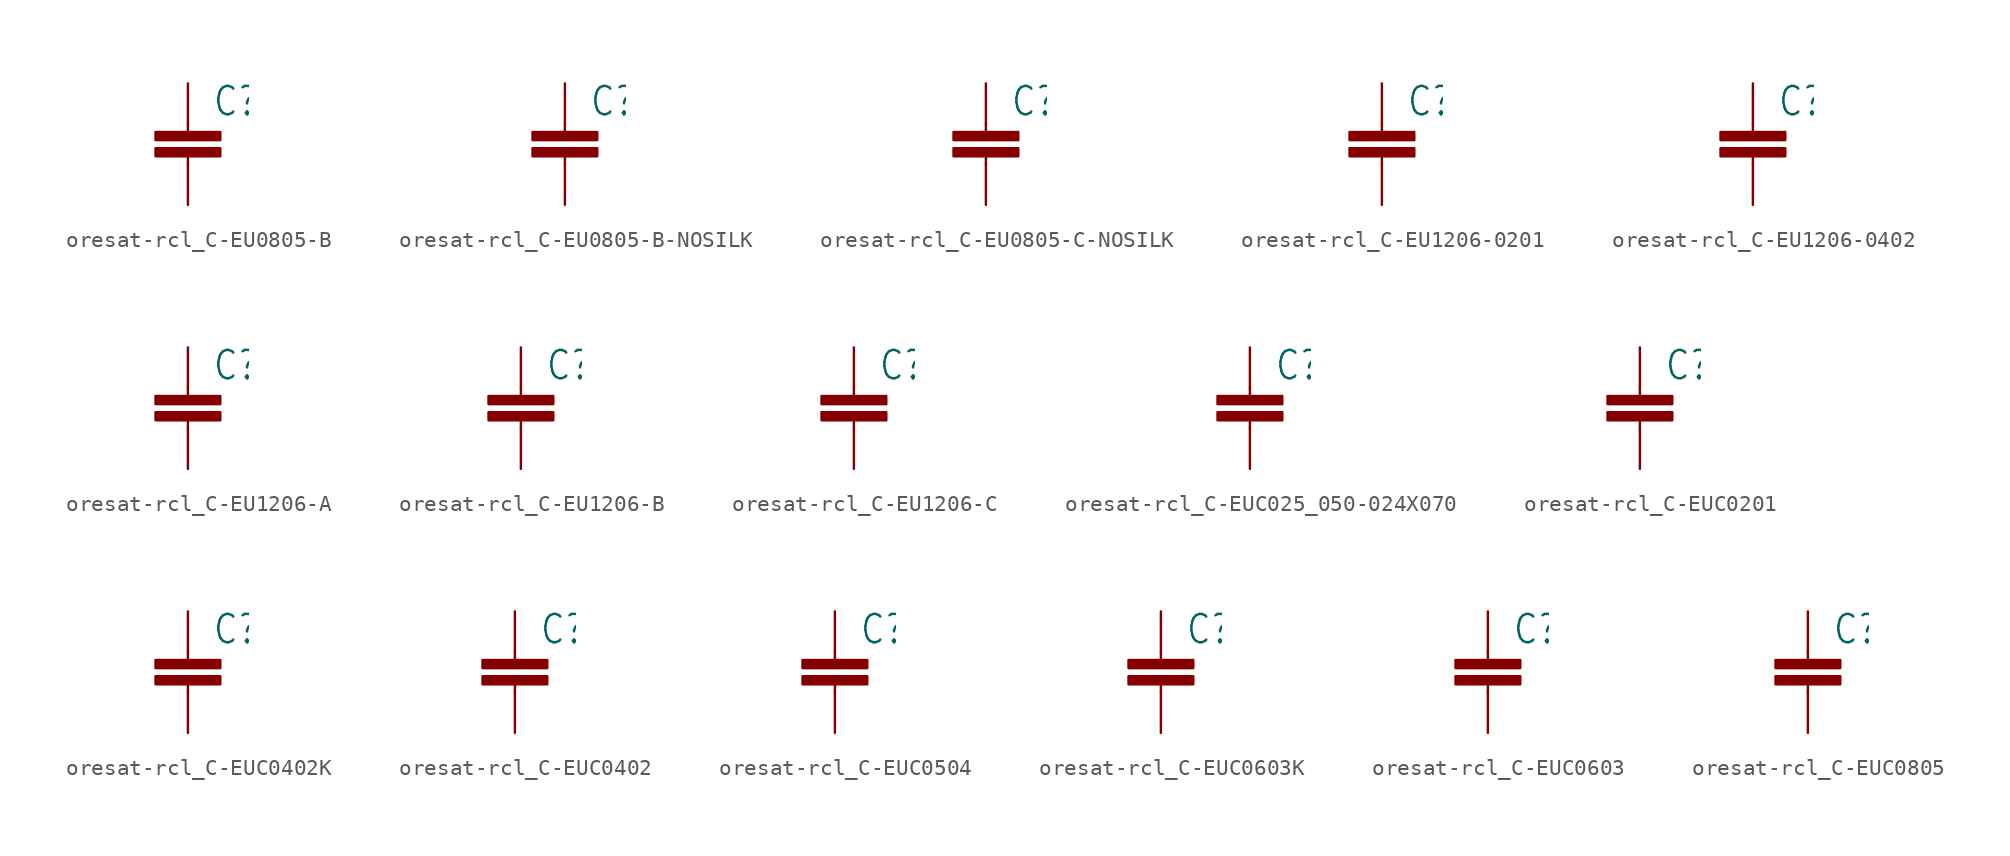
<source format=kicad_sym>
(kicad_symbol_lib
  (version 20220914)
  (generator kicad_symbol_editor)
  (symbol "oresat-rcl_C-EU0805-B"
    (property "Reference" "C"
      (at 1.524 0.381 0)
      (effects (font (size 1.778 1.511)) (justify left bottom)))
    (property "Value" ""
      (at 1.524 -4.699 0)
      (effects (font (size 1.778 1.511)) (justify left bottom)))
    (property "ki_locked" ""
      (at 0 0 0)
      (effects (font (size 1.27 1.27))))
    (symbol "oresat-rcl_C-EU0805-B_1_0"
      (rectangle (start -2.032 -2.032) (end 2.032 -1.524) (stroke (width 0) (type default)) (fill (type outline)))
      (rectangle (start -2.032 -1.016) (end 2.032 -0.508) (stroke (width 0) (type default)) (fill (type outline)))
      (polyline (pts (xy 0 -2.54) (xy 0 -2.032)) (stroke (width 0.152) (type solid)) (fill (type none)))
      (polyline (pts (xy 0 0) (xy 0 -0.508)) (stroke (width 0.152) (type solid)) (fill (type none)))
      (pin passive line (at 0 2.54 270) (length 2.54) (name "1" (effects (font (size 0 0)))) (number "1" (effects (font (size 0 0)))))
      (pin passive line (at 0 -5.08 90) (length 2.54) (name "2" (effects (font (size 0 0)))) (number "2" (effects (font (size 0 0)))))))
  (symbol "oresat-rcl_C-EU0805-B-NOSILK"
    (property "Reference" "C"
      (at 1.524 0.381 0)
      (effects (font (size 1.778 1.511)) (justify left bottom)))
    (property "Value" ""
      (at 1.524 -4.699 0)
      (effects (font (size 1.778 1.511)) (justify left bottom)))
    (property "ki_locked" ""
      (at 0 0 0)
      (effects (font (size 1.27 1.27))))
    (symbol "oresat-rcl_C-EU0805-B-NOSILK_1_0"
      (rectangle (start -2.032 -2.032) (end 2.032 -1.524) (stroke (width 0) (type default)) (fill (type outline)))
      (rectangle (start -2.032 -1.016) (end 2.032 -0.508) (stroke (width 0) (type default)) (fill (type outline)))
      (polyline (pts (xy 0 -2.54) (xy 0 -2.032)) (stroke (width 0.152) (type solid)) (fill (type none)))
      (polyline (pts (xy 0 0) (xy 0 -0.508)) (stroke (width 0.152) (type solid)) (fill (type none)))
      (pin passive line (at 0 2.54 270) (length 2.54) (name "1" (effects (font (size 0 0)))) (number "1" (effects (font (size 0 0)))))
      (pin passive line (at 0 -5.08 90) (length 2.54) (name "2" (effects (font (size 0 0)))) (number "2" (effects (font (size 0 0)))))))
  (symbol "oresat-rcl_C-EU0805-C-NOSILK"
    (property "Reference" "C"
      (at 1.524 0.381 0)
      (effects (font (size 1.778 1.511)) (justify left bottom)))
    (property "Value" ""
      (at 1.524 -4.699 0)
      (effects (font (size 1.778 1.511)) (justify left bottom)))
    (property "ki_locked" ""
      (at 0 0 0)
      (effects (font (size 1.27 1.27))))
    (symbol "oresat-rcl_C-EU0805-C-NOSILK_1_0"
      (rectangle (start -2.032 -2.032) (end 2.032 -1.524) (stroke (width 0) (type default)) (fill (type outline)))
      (rectangle (start -2.032 -1.016) (end 2.032 -0.508) (stroke (width 0) (type default)) (fill (type outline)))
      (polyline (pts (xy 0 -2.54) (xy 0 -2.032)) (stroke (width 0.152) (type solid)) (fill (type none)))
      (polyline (pts (xy 0 0) (xy 0 -0.508)) (stroke (width 0.152) (type solid)) (fill (type none)))
      (pin passive line (at 0 2.54 270) (length 2.54) (name "1" (effects (font (size 0 0)))) (number "1" (effects (font (size 0 0)))))
      (pin passive line (at 0 -5.08 90) (length 2.54) (name "2" (effects (font (size 0 0)))) (number "2" (effects (font (size 0 0)))))))
  (symbol "oresat-rcl_C-EU1206-0201"
    (property "Reference" "C"
      (at 1.524 0.381 0)
      (effects (font (size 1.778 1.511)) (justify left bottom)))
    (property "Value" ""
      (at 1.524 -4.699 0)
      (effects (font (size 1.778 1.511)) (justify left bottom)))
    (property "ki_locked" ""
      (at 0 0 0)
      (effects (font (size 1.27 1.27))))
    (symbol "oresat-rcl_C-EU1206-0201_1_0"
      (rectangle (start -2.032 -2.032) (end 2.032 -1.524) (stroke (width 0) (type default)) (fill (type outline)))
      (rectangle (start -2.032 -1.016) (end 2.032 -0.508) (stroke (width 0) (type default)) (fill (type outline)))
      (polyline (pts (xy 0 -2.54) (xy 0 -2.032)) (stroke (width 0.152) (type solid)) (fill (type none)))
      (polyline (pts (xy 0 0) (xy 0 -0.508)) (stroke (width 0.152) (type solid)) (fill (type none)))
      (pin passive line (at 0 2.54 270) (length 2.54) (name "1" (effects (font (size 0 0)))) (number "1" (effects (font (size 0 0)))))
      (pin passive line (at 0 -5.08 90) (length 2.54) (name "2" (effects (font (size 0 0)))) (number "2" (effects (font (size 0 0)))))))
  (symbol "oresat-rcl_C-EU1206-0402"
    (property "Reference" "C"
      (at 1.524 0.381 0)
      (effects (font (size 1.778 1.511)) (justify left bottom)))
    (property "Value" ""
      (at 1.524 -4.699 0)
      (effects (font (size 1.778 1.511)) (justify left bottom)))
    (property "ki_locked" ""
      (at 0 0 0)
      (effects (font (size 1.27 1.27))))
    (symbol "oresat-rcl_C-EU1206-0402_1_0"
      (rectangle (start -2.032 -2.032) (end 2.032 -1.524) (stroke (width 0) (type default)) (fill (type outline)))
      (rectangle (start -2.032 -1.016) (end 2.032 -0.508) (stroke (width 0) (type default)) (fill (type outline)))
      (polyline (pts (xy 0 -2.54) (xy 0 -2.032)) (stroke (width 0.152) (type solid)) (fill (type none)))
      (polyline (pts (xy 0 0) (xy 0 -0.508)) (stroke (width 0.152) (type solid)) (fill (type none)))
      (pin passive line (at 0 2.54 270) (length 2.54) (name "1" (effects (font (size 0 0)))) (number "1" (effects (font (size 0 0)))))
      (pin passive line (at 0 -5.08 90) (length 2.54) (name "2" (effects (font (size 0 0)))) (number "2" (effects (font (size 0 0)))))))
  (symbol "oresat-rcl_C-EU1206-A"
    (property "Reference" "C"
      (at 1.524 0.381 0)
      (effects (font (size 1.778 1.511)) (justify left bottom)))
    (property "Value" ""
      (at 1.524 -4.699 0)
      (effects (font (size 1.778 1.511)) (justify left bottom)))
    (property "ki_locked" ""
      (at 0 0 0)
      (effects (font (size 1.27 1.27))))
    (symbol "oresat-rcl_C-EU1206-A_1_0"
      (rectangle (start -2.032 -2.032) (end 2.032 -1.524) (stroke (width 0) (type default)) (fill (type outline)))
      (rectangle (start -2.032 -1.016) (end 2.032 -0.508) (stroke (width 0) (type default)) (fill (type outline)))
      (polyline (pts (xy 0 -2.54) (xy 0 -2.032)) (stroke (width 0.152) (type solid)) (fill (type none)))
      (polyline (pts (xy 0 0) (xy 0 -0.508)) (stroke (width 0.152) (type solid)) (fill (type none)))
      (pin passive line (at 0 2.54 270) (length 2.54) (name "1" (effects (font (size 0 0)))) (number "1" (effects (font (size 0 0)))))
      (pin passive line (at 0 -5.08 90) (length 2.54) (name "2" (effects (font (size 0 0)))) (number "2" (effects (font (size 0 0)))))))
  (symbol "oresat-rcl_C-EU1206-B"
    (property "Reference" "C"
      (at 1.524 0.381 0)
      (effects (font (size 1.778 1.511)) (justify left bottom)))
    (property "Value" ""
      (at 1.524 -4.699 0)
      (effects (font (size 1.778 1.511)) (justify left bottom)))
    (property "ki_locked" ""
      (at 0 0 0)
      (effects (font (size 1.27 1.27))))
    (symbol "oresat-rcl_C-EU1206-B_1_0"
      (rectangle (start -2.032 -2.032) (end 2.032 -1.524) (stroke (width 0) (type default)) (fill (type outline)))
      (rectangle (start -2.032 -1.016) (end 2.032 -0.508) (stroke (width 0) (type default)) (fill (type outline)))
      (polyline (pts (xy 0 -2.54) (xy 0 -2.032)) (stroke (width 0.152) (type solid)) (fill (type none)))
      (polyline (pts (xy 0 0) (xy 0 -0.508)) (stroke (width 0.152) (type solid)) (fill (type none)))
      (pin passive line (at 0 2.54 270) (length 2.54) (name "1" (effects (font (size 0 0)))) (number "1" (effects (font (size 0 0)))))
      (pin passive line (at 0 -5.08 90) (length 2.54) (name "2" (effects (font (size 0 0)))) (number "2" (effects (font (size 0 0)))))))
  (symbol "oresat-rcl_C-EU1206-C"
    (property "Reference" "C"
      (at 1.524 0.381 0)
      (effects (font (size 1.778 1.511)) (justify left bottom)))
    (property "Value" ""
      (at 1.524 -4.699 0)
      (effects (font (size 1.778 1.511)) (justify left bottom)))
    (property "ki_locked" ""
      (at 0 0 0)
      (effects (font (size 1.27 1.27))))
    (symbol "oresat-rcl_C-EU1206-C_1_0"
      (rectangle (start -2.032 -2.032) (end 2.032 -1.524) (stroke (width 0) (type default)) (fill (type outline)))
      (rectangle (start -2.032 -1.016) (end 2.032 -0.508) (stroke (width 0) (type default)) (fill (type outline)))
      (polyline (pts (xy 0 -2.54) (xy 0 -2.032)) (stroke (width 0.152) (type solid)) (fill (type none)))
      (polyline (pts (xy 0 0) (xy 0 -0.508)) (stroke (width 0.152) (type solid)) (fill (type none)))
      (pin passive line (at 0 2.54 270) (length 2.54) (name "1" (effects (font (size 0 0)))) (number "1" (effects (font (size 0 0)))))
      (pin passive line (at 0 -5.08 90) (length 2.54) (name "2" (effects (font (size 0 0)))) (number "2" (effects (font (size 0 0)))))))
  (symbol "oresat-rcl_C-EUC025_050-024X070"
    (property "Reference" "C"
      (at 1.524 0.381 0)
      (effects (font (size 1.778 1.511)) (justify left bottom)))
    (property "Value" ""
      (at 1.524 -4.699 0)
      (effects (font (size 1.778 1.511)) (justify left bottom)))
    (property "ki_locked" ""
      (at 0 0 0)
      (effects (font (size 1.27 1.27))))
    (symbol "oresat-rcl_C-EUC025_050-024X070_1_0"
      (rectangle (start -2.032 -2.032) (end 2.032 -1.524) (stroke (width 0) (type default)) (fill (type outline)))
      (rectangle (start -2.032 -1.016) (end 2.032 -0.508) (stroke (width 0) (type default)) (fill (type outline)))
      (polyline (pts (xy 0 -2.54) (xy 0 -2.032)) (stroke (width 0.152) (type solid)) (fill (type none)))
      (polyline (pts (xy 0 0) (xy 0 -0.508)) (stroke (width 0.152) (type solid)) (fill (type none)))
      (pin passive line (at 0 2.54 270) (length 2.54) (name "1" (effects (font (size 0 0)))) (number "1" (effects (font (size 0 0)))))
      (pin passive line (at 0 -5.08 90) (length 2.54) (name "2" (effects (font (size 0 0)))) (number "2" (effects (font (size 0 0)))))))
  (symbol "oresat-rcl_C-EUC0201"
    (property "Reference" "C"
      (at 1.524 0.381 0)
      (effects (font (size 1.778 1.511)) (justify left bottom)))
    (property "Value" ""
      (at 1.524 -4.699 0)
      (effects (font (size 1.778 1.511)) (justify left bottom)))
    (property "ki_locked" ""
      (at 0 0 0)
      (effects (font (size 1.27 1.27))))
    (symbol "oresat-rcl_C-EUC0201_1_0"
      (rectangle (start -2.032 -2.032) (end 2.032 -1.524) (stroke (width 0) (type default)) (fill (type outline)))
      (rectangle (start -2.032 -1.016) (end 2.032 -0.508) (stroke (width 0) (type default)) (fill (type outline)))
      (polyline (pts (xy 0 -2.54) (xy 0 -2.032)) (stroke (width 0.152) (type solid)) (fill (type none)))
      (polyline (pts (xy 0 0) (xy 0 -0.508)) (stroke (width 0.152) (type solid)) (fill (type none)))
      (pin passive line (at 0 2.54 270) (length 2.54) (name "1" (effects (font (size 0 0)))) (number "1" (effects (font (size 0 0)))))
      (pin passive line (at 0 -5.08 90) (length 2.54) (name "2" (effects (font (size 0 0)))) (number "2" (effects (font (size 0 0)))))))
  (symbol "oresat-rcl_C-EUC0402K"
    (property "Reference" "C"
      (at 1.524 0.381 0)
      (effects (font (size 1.778 1.511)) (justify left bottom)))
    (property "Value" ""
      (at 1.524 -4.699 0)
      (effects (font (size 1.778 1.511)) (justify left bottom)))
    (property "ki_locked" ""
      (at 0 0 0)
      (effects (font (size 1.27 1.27))))
    (symbol "oresat-rcl_C-EUC0402K_1_0"
      (rectangle (start -2.032 -2.032) (end 2.032 -1.524) (stroke (width 0) (type default)) (fill (type outline)))
      (rectangle (start -2.032 -1.016) (end 2.032 -0.508) (stroke (width 0) (type default)) (fill (type outline)))
      (polyline (pts (xy 0 -2.54) (xy 0 -2.032)) (stroke (width 0.152) (type solid)) (fill (type none)))
      (polyline (pts (xy 0 0) (xy 0 -0.508)) (stroke (width 0.152) (type solid)) (fill (type none)))
      (pin passive line (at 0 2.54 270) (length 2.54) (name "1" (effects (font (size 0 0)))) (number "1" (effects (font (size 0 0)))))
      (pin passive line (at 0 -5.08 90) (length 2.54) (name "2" (effects (font (size 0 0)))) (number "2" (effects (font (size 0 0)))))))
  (symbol "oresat-rcl_C-EUC0402"
    (property "Reference" "C"
      (at 1.524 0.381 0)
      (effects (font (size 1.778 1.511)) (justify left bottom)))
    (property "Value" ""
      (at 1.524 -4.699 0)
      (effects (font (size 1.778 1.511)) (justify left bottom)))
    (property "ki_locked" ""
      (at 0 0 0)
      (effects (font (size 1.27 1.27))))
    (symbol "oresat-rcl_C-EUC0402_1_0"
      (rectangle (start -2.032 -2.032) (end 2.032 -1.524) (stroke (width 0) (type default)) (fill (type outline)))
      (rectangle (start -2.032 -1.016) (end 2.032 -0.508) (stroke (width 0) (type default)) (fill (type outline)))
      (polyline (pts (xy 0 -2.54) (xy 0 -2.032)) (stroke (width 0.152) (type solid)) (fill (type none)))
      (polyline (pts (xy 0 0) (xy 0 -0.508)) (stroke (width 0.152) (type solid)) (fill (type none)))
      (pin passive line (at 0 2.54 270) (length 2.54) (name "1" (effects (font (size 0 0)))) (number "1" (effects (font (size 0 0)))))
      (pin passive line (at 0 -5.08 90) (length 2.54) (name "2" (effects (font (size 0 0)))) (number "2" (effects (font (size 0 0)))))))
  (symbol "oresat-rcl_C-EUC0504"
    (property "Reference" "C"
      (at 1.524 0.381 0)
      (effects (font (size 1.778 1.511)) (justify left bottom)))
    (property "Value" ""
      (at 1.524 -4.699 0)
      (effects (font (size 1.778 1.511)) (justify left bottom)))
    (property "ki_locked" ""
      (at 0 0 0)
      (effects (font (size 1.27 1.27))))
    (symbol "oresat-rcl_C-EUC0504_1_0"
      (rectangle (start -2.032 -2.032) (end 2.032 -1.524) (stroke (width 0) (type default)) (fill (type outline)))
      (rectangle (start -2.032 -1.016) (end 2.032 -0.508) (stroke (width 0) (type default)) (fill (type outline)))
      (polyline (pts (xy 0 -2.54) (xy 0 -2.032)) (stroke (width 0.152) (type solid)) (fill (type none)))
      (polyline (pts (xy 0 0) (xy 0 -0.508)) (stroke (width 0.152) (type solid)) (fill (type none)))
      (pin passive line (at 0 2.54 270) (length 2.54) (name "1" (effects (font (size 0 0)))) (number "1" (effects (font (size 0 0)))))
      (pin passive line (at 0 -5.08 90) (length 2.54) (name "2" (effects (font (size 0 0)))) (number "2" (effects (font (size 0 0)))))))
  (symbol "oresat-rcl_C-EUC0603K"
    (property "Reference" "C"
      (at 1.524 0.381 0)
      (effects (font (size 1.778 1.511)) (justify left bottom)))
    (property "Value" ""
      (at 1.524 -4.699 0)
      (effects (font (size 1.778 1.511)) (justify left bottom)))
    (property "ki_locked" ""
      (at 0 0 0)
      (effects (font (size 1.27 1.27))))
    (symbol "oresat-rcl_C-EUC0603K_1_0"
      (rectangle (start -2.032 -2.032) (end 2.032 -1.524) (stroke (width 0) (type default)) (fill (type outline)))
      (rectangle (start -2.032 -1.016) (end 2.032 -0.508) (stroke (width 0) (type default)) (fill (type outline)))
      (polyline (pts (xy 0 -2.54) (xy 0 -2.032)) (stroke (width 0.152) (type solid)) (fill (type none)))
      (polyline (pts (xy 0 0) (xy 0 -0.508)) (stroke (width 0.152) (type solid)) (fill (type none)))
      (pin passive line (at 0 2.54 270) (length 2.54) (name "1" (effects (font (size 0 0)))) (number "1" (effects (font (size 0 0)))))
      (pin passive line (at 0 -5.08 90) (length 2.54) (name "2" (effects (font (size 0 0)))) (number "2" (effects (font (size 0 0)))))))
  (symbol "oresat-rcl_C-EUC0603"
    (property "Reference" "C"
      (at 1.524 0.381 0)
      (effects (font (size 1.778 1.511)) (justify left bottom)))
    (property "Value" ""
      (at 1.524 -4.699 0)
      (effects (font (size 1.778 1.511)) (justify left bottom)))
    (property "ki_locked" ""
      (at 0 0 0)
      (effects (font (size 1.27 1.27))))
    (symbol "oresat-rcl_C-EUC0603_1_0"
      (rectangle (start -2.032 -2.032) (end 2.032 -1.524) (stroke (width 0) (type default)) (fill (type outline)))
      (rectangle (start -2.032 -1.016) (end 2.032 -0.508) (stroke (width 0) (type default)) (fill (type outline)))
      (polyline (pts (xy 0 -2.54) (xy 0 -2.032)) (stroke (width 0.152) (type solid)) (fill (type none)))
      (polyline (pts (xy 0 0) (xy 0 -0.508)) (stroke (width 0.152) (type solid)) (fill (type none)))
      (pin passive line (at 0 2.54 270) (length 2.54) (name "1" (effects (font (size 0 0)))) (number "1" (effects (font (size 0 0)))))
      (pin passive line (at 0 -5.08 90) (length 2.54) (name "2" (effects (font (size 0 0)))) (number "2" (effects (font (size 0 0)))))))
  (symbol "oresat-rcl_C-EUC0805"
    (property "Reference" "C"
      (at 1.524 0.381 0)
      (effects (font (size 1.778 1.511)) (justify left bottom)))
    (property "Value" ""
      (at 1.524 -4.699 0)
      (effects (font (size 1.778 1.511)) (justify left bottom)))
    (property "ki_locked" ""
      (at 0 0 0)
      (effects (font (size 1.27 1.27))))
    (symbol "oresat-rcl_C-EUC0805_1_0"
      (rectangle (start -2.032 -2.032) (end 2.032 -1.524) (stroke (width 0) (type default)) (fill (type outline)))
      (rectangle (start -2.032 -1.016) (end 2.032 -0.508) (stroke (width 0) (type default)) (fill (type outline)))
      (polyline (pts (xy 0 -2.54) (xy 0 -2.032)) (stroke (width 0.152) (type solid)) (fill (type none)))
      (polyline (pts (xy 0 0) (xy 0 -0.508)) (stroke (width 0.152) (type solid)) (fill (type none)))
      (pin passive line (at 0 2.54 270) (length 2.54) (name "1" (effects (font (size 0 0)))) (number "1" (effects (font (size 0 0)))))
      (pin passive line (at 0 -5.08 90) (length 2.54) (name "2" (effects (font (size 0 0)))) (number "2" (effects (font (size 0 0))))))))
</source>
